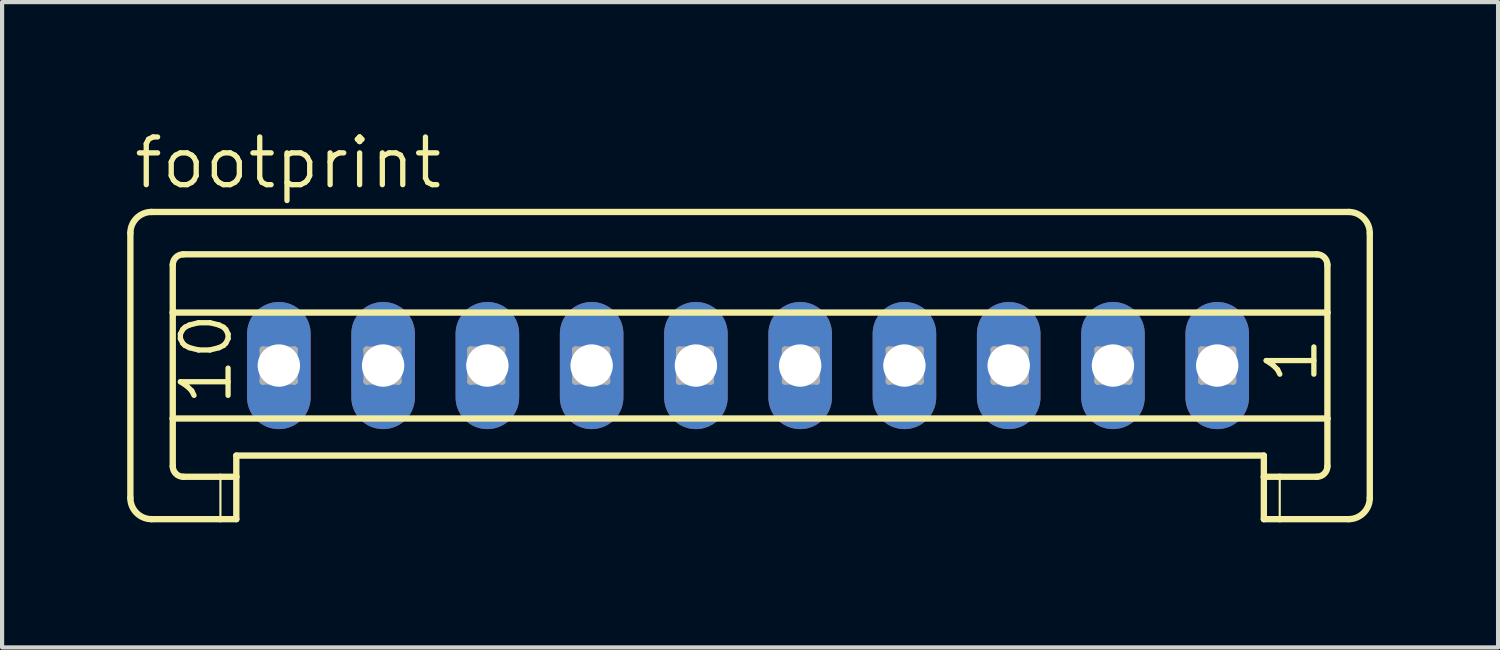
<source format=kicad_pcb>
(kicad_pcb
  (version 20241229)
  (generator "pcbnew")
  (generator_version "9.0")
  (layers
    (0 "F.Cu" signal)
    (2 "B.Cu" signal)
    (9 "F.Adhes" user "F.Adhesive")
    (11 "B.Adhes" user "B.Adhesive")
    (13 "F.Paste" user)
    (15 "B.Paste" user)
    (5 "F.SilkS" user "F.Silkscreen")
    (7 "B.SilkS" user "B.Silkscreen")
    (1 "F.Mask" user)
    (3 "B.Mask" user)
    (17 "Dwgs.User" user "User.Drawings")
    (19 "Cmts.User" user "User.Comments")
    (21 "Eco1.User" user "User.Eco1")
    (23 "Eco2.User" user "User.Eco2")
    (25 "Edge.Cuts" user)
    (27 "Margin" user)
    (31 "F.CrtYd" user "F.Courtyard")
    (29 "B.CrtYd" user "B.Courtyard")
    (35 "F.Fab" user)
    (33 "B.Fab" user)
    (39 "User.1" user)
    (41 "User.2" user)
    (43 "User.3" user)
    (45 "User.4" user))
  (footprint "footprint"
    (layer "F.Cu")
    (at 14.886 5.715)
    (property "Reference" "footprint" (at -14.785 -4.191 0) (layer "F.SilkS") (effects (font (size 1.143 1.143) (thickness 0.127)) (justify left bottom)))
    (fp_line (start -14.81 -3.175) (end -14.81 3.175) (stroke (width 0.152) (type solid)) (layer "F.SilkS"))
    (fp_line (start -14.302 -3.683) (end 14.4 -3.683) (stroke (width 0.152) (type solid)) (layer "F.SilkS"))
    (fp_line (start -13.794 -1.27) (end -13.794 -2.413) (stroke (width 0.152) (type solid)) (layer "F.SilkS"))
    (fp_line (start -13.794 -1.27) (end 13.892 -1.27) (stroke (width 0.152) (type solid)) (layer "F.SilkS"))
    (fp_line (start -13.794 1.27) (end -13.794 -1.27) (stroke (width 0.152) (type solid)) (layer "F.SilkS"))
    (fp_line (start -13.794 1.27) (end 13.892 1.27) (stroke (width 0.152) (type solid)) (layer "F.SilkS"))
    (fp_line (start -13.794 2.413) (end -13.794 1.27) (stroke (width 0.152) (type solid)) (layer "F.SilkS"))
    (fp_line (start -13.54 -2.667) (end 13.638 -2.667) (stroke (width 0.152) (type solid)) (layer "F.SilkS"))
    (fp_line (start -13.54 2.667) (end -12.651 2.667) (stroke (width 0.152) (type solid)) (layer "F.SilkS"))
    (fp_line (start -12.651 2.667) (end -12.651 3.683) (stroke (width 0.051) (type solid)) (layer "F.SilkS"))
    (fp_line (start -12.651 2.667) (end -12.27 2.667) (stroke (width 0.152) (type solid)) (layer "F.SilkS"))
    (fp_line (start -12.651 3.683) (end -14.302 3.683) (stroke (width 0.152) (type solid)) (layer "F.SilkS"))
    (fp_line (start -12.27 2.159) (end 12.368 2.159) (stroke (width 0.152) (type solid)) (layer "F.SilkS"))
    (fp_line (start -12.27 2.667) (end -12.27 2.159) (stroke (width 0.152) (type solid)) (layer "F.SilkS"))
    (fp_line (start -12.27 2.667) (end -12.27 3.683) (stroke (width 0.152) (type solid)) (layer "F.SilkS"))
    (fp_line (start -12.27 3.683) (end -12.651 3.683) (stroke (width 0.152) (type solid)) (layer "F.SilkS"))
    (fp_line (start 12.368 2.667) (end 12.368 2.159) (stroke (width 0.152) (type solid)) (layer "F.SilkS"))
    (fp_line (start 12.368 2.667) (end 12.749 2.667) (stroke (width 0.152) (type solid)) (layer "F.SilkS"))
    (fp_line (start 12.368 3.683) (end 12.368 2.667) (stroke (width 0.152) (type solid)) (layer "F.SilkS"))
    (fp_line (start 12.749 2.667) (end 12.749 3.683) (stroke (width 0.051) (type solid)) (layer "F.SilkS"))
    (fp_line (start 12.749 2.667) (end 13.638 2.667) (stroke (width 0.152) (type solid)) (layer "F.SilkS"))
    (fp_line (start 12.749 3.683) (end 12.368 3.683) (stroke (width 0.152) (type solid)) (layer "F.SilkS"))
    (fp_line (start 13.892 -1.27) (end 13.892 -2.413) (stroke (width 0.152) (type solid)) (layer "F.SilkS"))
    (fp_line (start 13.892 1.27) (end 13.892 -1.27) (stroke (width 0.152) (type solid)) (layer "F.SilkS"))
    (fp_line (start 13.892 2.413) (end 13.892 1.27) (stroke (width 0.152) (type solid)) (layer "F.SilkS"))
    (fp_line (start 14.4 3.683) (end 12.749 3.683) (stroke (width 0.152) (type solid)) (layer "F.SilkS"))
    (fp_line (start 14.908 -3.175) (end 14.908 3.175) (stroke (width 0.152) (type solid)) (layer "F.SilkS"))
    (fp_arc (start -14.81 -3.175) (mid -14.66121 -3.53421) (end -14.302 -3.683) (stroke (width 0.1524) (type solid)) (layer "F.SilkS"))
    (fp_arc (start -14.302 3.683) (mid -14.66121 3.53421) (end -14.81 3.175) (stroke (width 0.1524) (type solid)) (layer "F.SilkS"))
    (fp_arc (start -13.794 -2.413) (mid -13.719605 -2.592605) (end -13.54 -2.667) (stroke (width 0.1524) (type solid)) (layer "F.SilkS"))
    (fp_arc (start -13.54 2.667) (mid -13.719605 2.592605) (end -13.794 2.413) (stroke (width 0.1524) (type solid)) (layer "F.SilkS"))
    (fp_arc (start 13.638 -2.667) (mid 13.817605 -2.592605) (end 13.892 -2.413) (stroke (width 0.1524) (type solid)) (layer "F.SilkS"))
    (fp_arc (start 13.892 2.413) (mid 13.817605 2.592605) (end 13.638 2.667) (stroke (width 0.1524) (type solid)) (layer "F.SilkS"))
    (fp_arc (start 14.4 -3.683) (mid 14.75921 -3.53421) (end 14.908 -3.175) (stroke (width 0.1524) (type solid)) (layer "F.SilkS"))
    (fp_arc (start 14.908 3.175) (mid 14.75921 3.53421) (end 14.4 3.683) (stroke (width 0.1524) (type solid)) (layer "F.SilkS"))
    (fp_line (start -11.635 -0.381) (end -11.635 0.381) (stroke (width 0.152) (type solid)) (layer "F.Fab"))
    (fp_line (start -11.635 -0.381) (end -10.873 0.381) (stroke (width 0.152) (type solid)) (layer "F.Fab"))
    (fp_line (start -11.635 0.381) (end -10.873 0.381) (stroke (width 0.152) (type solid)) (layer "F.Fab"))
    (fp_line (start -10.873 -0.381) (end -11.635 -0.381) (stroke (width 0.152) (type solid)) (layer "F.Fab"))
    (fp_line (start -10.873 -0.381) (end -11.635 0.381) (stroke (width 0.152) (type solid)) (layer "F.Fab"))
    (fp_line (start -10.873 0.381) (end -10.873 -0.381) (stroke (width 0.152) (type solid)) (layer "F.Fab"))
    (fp_line (start -9.146 -0.381) (end -9.146 0.381) (stroke (width 0.152) (type solid)) (layer "F.Fab"))
    (fp_line (start -9.146 -0.381) (end -8.384 0.381) (stroke (width 0.152) (type solid)) (layer "F.Fab"))
    (fp_line (start -9.146 0.381) (end -8.384 0.381) (stroke (width 0.152) (type solid)) (layer "F.Fab"))
    (fp_line (start -8.384 -0.381) (end -9.146 -0.381) (stroke (width 0.152) (type solid)) (layer "F.Fab"))
    (fp_line (start -8.384 -0.381) (end -9.146 0.381) (stroke (width 0.152) (type solid)) (layer "F.Fab"))
    (fp_line (start -8.384 0.381) (end -8.384 -0.381) (stroke (width 0.152) (type solid)) (layer "F.Fab"))
    (fp_line (start -6.657 -0.381) (end -6.657 0.381) (stroke (width 0.152) (type solid)) (layer "F.Fab"))
    (fp_line (start -6.657 -0.381) (end -5.895 0.381) (stroke (width 0.152) (type solid)) (layer "F.Fab"))
    (fp_line (start -6.657 0.381) (end -5.895 0.381) (stroke (width 0.152) (type solid)) (layer "F.Fab"))
    (fp_line (start -5.895 -0.381) (end -6.657 -0.381) (stroke (width 0.152) (type solid)) (layer "F.Fab"))
    (fp_line (start -5.895 -0.381) (end -6.657 0.381) (stroke (width 0.152) (type solid)) (layer "F.Fab"))
    (fp_line (start -5.895 0.381) (end -5.895 -0.381) (stroke (width 0.152) (type solid)) (layer "F.Fab"))
    (fp_line (start -4.142 -0.381) (end -4.142 0.381) (stroke (width 0.152) (type solid)) (layer "F.Fab"))
    (fp_line (start -4.142 -0.381) (end -3.38 0.381) (stroke (width 0.152) (type solid)) (layer "F.Fab"))
    (fp_line (start -4.142 0.381) (end -3.38 0.381) (stroke (width 0.152) (type solid)) (layer "F.Fab"))
    (fp_line (start -3.38 -0.381) (end -4.142 -0.381) (stroke (width 0.152) (type solid)) (layer "F.Fab"))
    (fp_line (start -3.38 -0.381) (end -4.142 0.381) (stroke (width 0.152) (type solid)) (layer "F.Fab"))
    (fp_line (start -3.38 0.381) (end -3.38 -0.381) (stroke (width 0.152) (type solid)) (layer "F.Fab"))
    (fp_line (start -1.653 -0.381) (end -1.653 0.381) (stroke (width 0.152) (type solid)) (layer "F.Fab"))
    (fp_line (start -1.653 -0.381) (end -0.891 0.381) (stroke (width 0.152) (type solid)) (layer "F.Fab"))
    (fp_line (start -1.653 0.381) (end -0.891 0.381) (stroke (width 0.152) (type solid)) (layer "F.Fab"))
    (fp_line (start -0.891 -0.381) (end -1.653 -0.381) (stroke (width 0.152) (type solid)) (layer "F.Fab"))
    (fp_line (start -0.891 -0.381) (end -1.653 0.381) (stroke (width 0.152) (type solid)) (layer "F.Fab"))
    (fp_line (start -0.891 0.381) (end -0.891 -0.381) (stroke (width 0.152) (type solid)) (layer "F.Fab"))
    (fp_line (start 0.887 -0.381) (end 0.887 0.381) (stroke (width 0.152) (type solid)) (layer "F.Fab"))
    (fp_line (start 0.887 -0.381) (end 1.649 0.381) (stroke (width 0.152) (type solid)) (layer "F.Fab"))
    (fp_line (start 0.887 0.381) (end 1.649 0.381) (stroke (width 0.152) (type solid)) (layer "F.Fab"))
    (fp_line (start 1.649 -0.381) (end 0.887 -0.381) (stroke (width 0.152) (type solid)) (layer "F.Fab"))
    (fp_line (start 1.649 -0.381) (end 0.887 0.381) (stroke (width 0.152) (type solid)) (layer "F.Fab"))
    (fp_line (start 1.649 0.381) (end 1.649 -0.381) (stroke (width 0.152) (type solid)) (layer "F.Fab"))
    (fp_line (start 3.376 -0.381) (end 3.376 0.381) (stroke (width 0.152) (type solid)) (layer "F.Fab"))
    (fp_line (start 3.376 -0.381) (end 4.138 0.381) (stroke (width 0.152) (type solid)) (layer "F.Fab"))
    (fp_line (start 3.376 0.381) (end 4.138 0.381) (stroke (width 0.152) (type solid)) (layer "F.Fab"))
    (fp_line (start 4.138 -0.381) (end 3.376 -0.381) (stroke (width 0.152) (type solid)) (layer "F.Fab"))
    (fp_line (start 4.138 -0.381) (end 3.376 0.381) (stroke (width 0.152) (type solid)) (layer "F.Fab"))
    (fp_line (start 4.138 0.381) (end 4.138 -0.381) (stroke (width 0.152) (type solid)) (layer "F.Fab"))
    (fp_line (start 5.891 -0.381) (end 5.891 0.381) (stroke (width 0.152) (type solid)) (layer "F.Fab"))
    (fp_line (start 5.891 -0.381) (end 6.653 0.381) (stroke (width 0.152) (type solid)) (layer "F.Fab"))
    (fp_line (start 5.891 0.381) (end 6.653 0.381) (stroke (width 0.152) (type solid)) (layer "F.Fab"))
    (fp_line (start 6.653 -0.381) (end 5.891 -0.381) (stroke (width 0.152) (type solid)) (layer "F.Fab"))
    (fp_line (start 6.653 -0.381) (end 5.891 0.381) (stroke (width 0.152) (type solid)) (layer "F.Fab"))
    (fp_line (start 6.653 0.381) (end 6.653 -0.381) (stroke (width 0.152) (type solid)) (layer "F.Fab"))
    (fp_line (start 8.38 -0.381) (end 8.38 0.381) (stroke (width 0.152) (type solid)) (layer "F.Fab"))
    (fp_line (start 8.38 -0.381) (end 9.142 0.381) (stroke (width 0.152) (type solid)) (layer "F.Fab"))
    (fp_line (start 8.38 0.381) (end 9.142 0.381) (stroke (width 0.152) (type solid)) (layer "F.Fab"))
    (fp_line (start 9.142 -0.381) (end 8.38 -0.381) (stroke (width 0.152) (type solid)) (layer "F.Fab"))
    (fp_line (start 9.142 -0.381) (end 8.38 0.381) (stroke (width 0.152) (type solid)) (layer "F.Fab"))
    (fp_line (start 9.142 0.381) (end 9.142 -0.381) (stroke (width 0.152) (type solid)) (layer "F.Fab"))
    (fp_line (start 10.869 -0.381) (end 10.869 0.381) (stroke (width 0.152) (type solid)) (layer "F.Fab"))
    (fp_line (start 10.869 -0.381) (end 11.631 0.381) (stroke (width 0.152) (type solid)) (layer "F.Fab"))
    (fp_line (start 10.869 0.381) (end 11.631 0.381) (stroke (width 0.152) (type solid)) (layer "F.Fab"))
    (fp_line (start 11.631 -0.381) (end 10.869 -0.381) (stroke (width 0.152) (type solid)) (layer "F.Fab"))
    (fp_line (start 11.631 -0.381) (end 10.869 0.381) (stroke (width 0.152) (type solid)) (layer "F.Fab"))
    (fp_line (start 11.631 0.381) (end 11.631 -0.381) (stroke (width 0.152) (type solid)) (layer "F.Fab"))
    (fp_text user "1" (at 13.714 0.508 90) (layer "F.SilkS") (effects (font (size 1.143 1.143) (thickness 0.127)) (justify left bottom)))
    (fp_text user "10" (at -12.321 1.016 90) (layer "F.SilkS") (effects (font (size 1.143 1.143) (thickness 0.127)) (justify left bottom)))
    (pad "1" thru_hole oval (at 11.25 0 90) (size 3.048 1.524) (drill 1.016) (layers "*.Cu" "*.Mask"))
    (pad "2" thru_hole oval (at 8.75 0 90) (size 3.048 1.524) (drill 1.016) (layers "*.Cu" "*.Mask"))
    (pad "3" thru_hole oval (at 6.25 0 90) (size 3.048 1.524) (drill 1.016) (layers "*.Cu" "*.Mask"))
    (pad "4" thru_hole oval (at 3.75 0 90) (size 3.048 1.524) (drill 1.016) (layers "*.Cu" "*.Mask"))
    (pad "5" thru_hole oval (at 1.25 0 90) (size 3.048 1.524) (drill 1.016) (layers "*.Cu" "*.Mask"))
    (pad "6" thru_hole oval (at -1.25 0 90) (size 3.048 1.524) (drill 1.016) (layers "*.Cu" "*.Mask"))
    (pad "7" thru_hole oval (at -3.75 0 90) (size 3.048 1.524) (drill 1.016) (layers "*.Cu" "*.Mask"))
    (pad "8" thru_hole oval (at -6.25 0 90) (size 3.048 1.524) (drill 1.016) (layers "*.Cu" "*.Mask"))
    (pad "9" thru_hole oval (at -8.75 0 90) (size 3.048 1.524) (drill 1.016) (layers "*.Cu" "*.Mask"))
    (pad "10" thru_hole oval (at -11.25 0 90) (size 3.048 1.524) (drill 1.016) (layers "*.Cu" "*.Mask")))
  (gr_rect
    (start -3 -3)
    (end 32.87 12.474)
    (stroke (width 0.1) (type default))
    (fill no)
    (layer "Edge.Cuts")))
</source>
